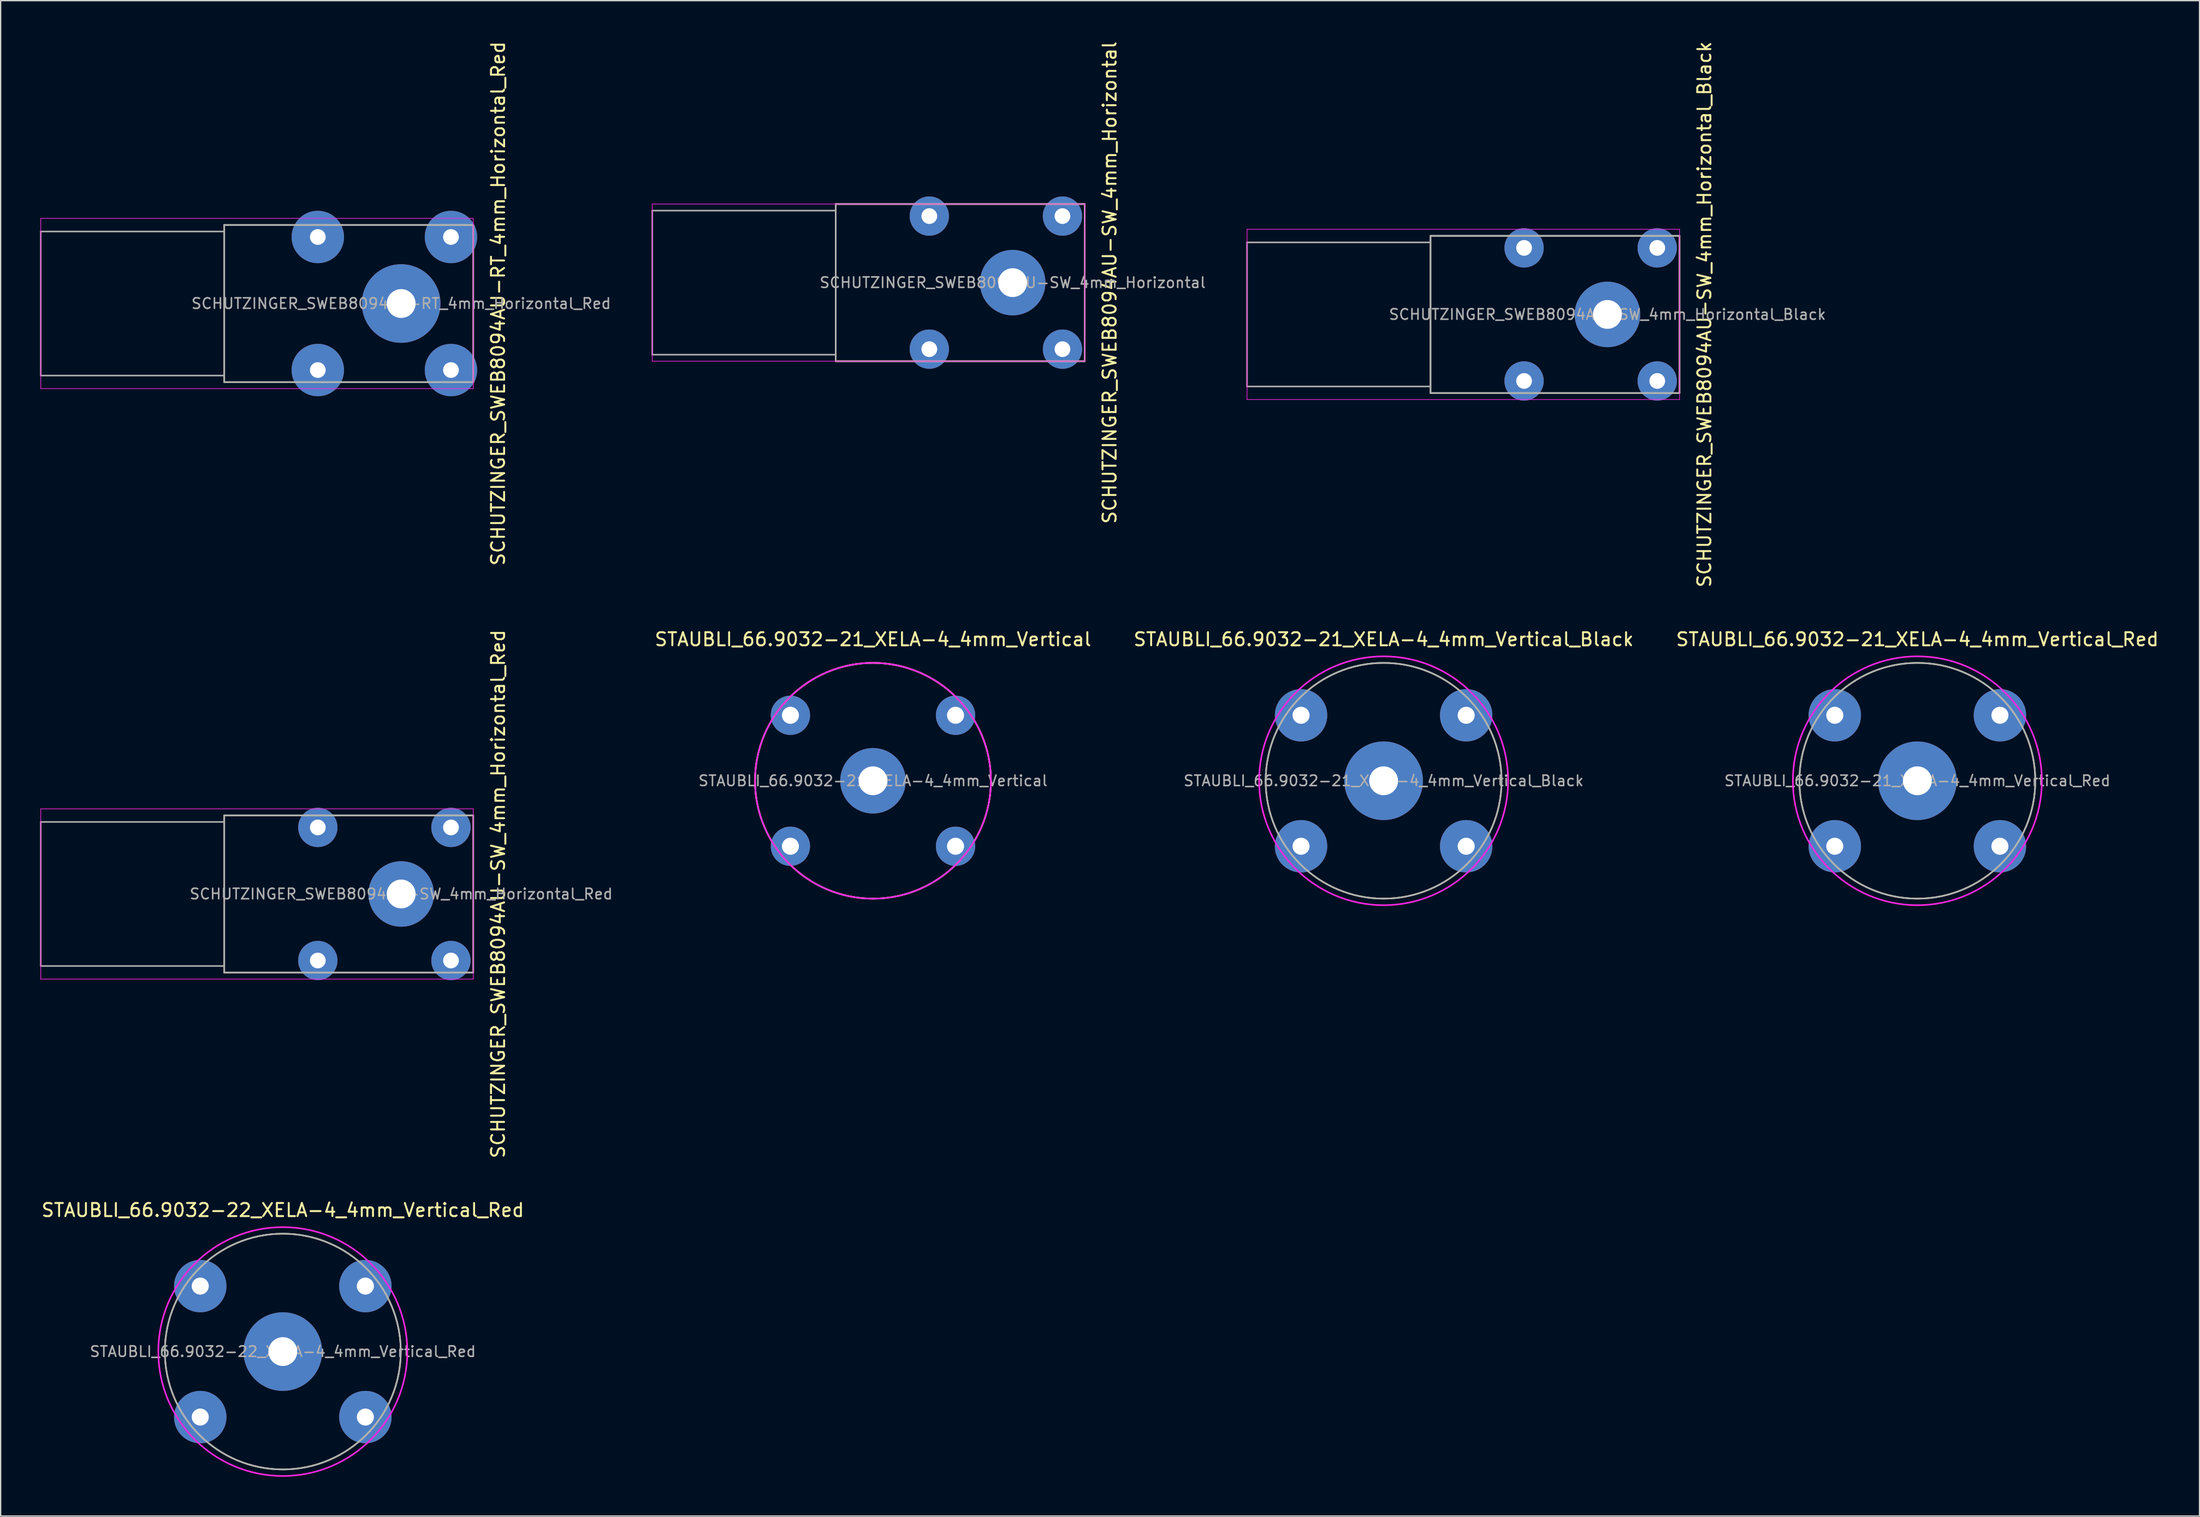
<source format=kicad_pcb>
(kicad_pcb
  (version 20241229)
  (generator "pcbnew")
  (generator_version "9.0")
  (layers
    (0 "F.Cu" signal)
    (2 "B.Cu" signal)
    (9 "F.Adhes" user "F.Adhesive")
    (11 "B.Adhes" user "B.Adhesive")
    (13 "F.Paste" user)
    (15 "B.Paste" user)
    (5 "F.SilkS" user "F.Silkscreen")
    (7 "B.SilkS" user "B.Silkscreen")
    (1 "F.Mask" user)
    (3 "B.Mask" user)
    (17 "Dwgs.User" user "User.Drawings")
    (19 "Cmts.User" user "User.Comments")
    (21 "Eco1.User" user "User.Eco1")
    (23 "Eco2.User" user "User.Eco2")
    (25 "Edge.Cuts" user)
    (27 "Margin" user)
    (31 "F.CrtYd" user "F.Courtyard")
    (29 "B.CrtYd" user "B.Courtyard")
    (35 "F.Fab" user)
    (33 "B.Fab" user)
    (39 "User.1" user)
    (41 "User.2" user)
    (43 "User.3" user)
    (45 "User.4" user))
  (footprint "SCHUTZINGER_SWEB8094AU-SW_4mm_Horizontal_Black"
    (layer "F.Cu")
    (at 119.604 20.958)
    (property "Reference" "SCHUTZINGER_SWEB8094AU-SW_4mm_Horizontal_Black" (at 7.4 0 90) (layer "F.SilkS") (effects (font (size 1 1) (thickness 0.15))))
    (attr through_hole)
    (fp_line (start -13.5 -6) (end 5.5 -6) (stroke (width 0.12) (type solid)) (layer "F.SilkS"))
    (fp_line (start -13.5 6) (end -13.5 -6) (stroke (width 0.12) (type solid)) (layer "F.SilkS"))
    (fp_line (start -13.5 6) (end 5.5 6) (stroke (width 0.12) (type solid)) (layer "F.SilkS"))
    (fp_line (start 5.5 6) (end 5.5 -6) (stroke (width 0.12) (type solid)) (layer "F.SilkS"))
    (fp_line (start -27.5 -6.5) (end 5.5 -6.5) (stroke (width 0.05) (type solid)) (layer "F.CrtYd"))
    (fp_line (start -27.5 6.5) (end -27.5 -6.5) (stroke (width 0.05) (type solid)) (layer "F.CrtYd"))
    (fp_line (start -27.5 6.5) (end 5.5 6.5) (stroke (width 0.05) (type solid)) (layer "F.CrtYd"))
    (fp_line (start 5.5 6.5) (end 5.5 -6.5) (stroke (width 0.05) (type solid)) (layer "F.CrtYd"))
    (fp_line (start -27.5 -5.5) (end -13.5 -5.5) (stroke (width 0.12) (type solid)) (layer "F.Fab"))
    (fp_line (start -27.5 5.5) (end -27.5 -5.5) (stroke (width 0.12) (type solid)) (layer "F.Fab"))
    (fp_line (start -27.5 5.5) (end -13.5 5.5) (stroke (width 0.12) (type solid)) (layer "F.Fab"))
    (fp_line (start -13.5 -6) (end 5.5 -6) (stroke (width 0.12) (type solid)) (layer "F.Fab"))
    (fp_line (start -13.5 6) (end -13.5 -6) (stroke (width 0.12) (type solid)) (layer "F.Fab"))
    (fp_line (start -13.5 6) (end 5.5 6) (stroke (width 0.12) (type solid)) (layer "F.Fab"))
    (fp_line (start 5.5 6) (end 5.5 -6) (stroke (width 0.12) (type solid)) (layer "F.Fab"))
    (fp_text user "${REFERENCE}" (at 0 0 0) (layer "F.Fab") (effects (font (size 0.8 0.8) (thickness 0.12))))
    (pad "" thru_hole circle (at -6.36 -5.08) (size 3 3) (drill 1.2) (layers "*.Cu" "*.Mask"))
    (pad "" thru_hole circle (at -6.36 5.08) (size 3 3) (drill 1.2) (layers "*.Cu" "*.Mask"))
    (pad "" thru_hole circle (at 3.8 -5.08) (size 3 3) (drill 1.2) (layers "*.Cu" "*.Mask"))
    (pad "" thru_hole circle (at 3.8 5.08) (size 3 3) (drill 1.2) (layers "*.Cu" "*.Mask"))
    (pad "1" thru_hole circle (at 0 0) (size 5 5) (drill 2.2) (layers "*.Cu" "*.Mask")))
  (footprint "SCHUTZINGER_SWEB8094AU-SW_4mm_Horizontal"
    (layer "F.Cu")
    (at 74.22 18.53)
    (property "Reference" "SCHUTZINGER_SWEB8094AU-SW_4mm_Horizontal" (at 7.4 0 90) (layer "F.SilkS") (effects (font (size 1 1) (thickness 0.15))))
    (attr through_hole)
    (fp_line (start -13.5 -6) (end 5.5 -6) (stroke (width 0.12) (type solid)) (layer "F.SilkS"))
    (fp_line (start -13.5 6) (end -13.5 -6) (stroke (width 0.12) (type solid)) (layer "F.SilkS"))
    (fp_line (start -13.5 6) (end 5.5 6) (stroke (width 0.12) (type solid)) (layer "F.SilkS"))
    (fp_line (start 5.5 6) (end 5.5 -6) (stroke (width 0.12) (type solid)) (layer "F.SilkS"))
    (fp_line (start -27.5 -6) (end 5.5 -6) (stroke (width 0.05) (type solid)) (layer "F.CrtYd"))
    (fp_line (start -27.5 6) (end -27.5 -6) (stroke (width 0.05) (type solid)) (layer "F.CrtYd"))
    (fp_line (start -27.5 6) (end 5.5 6) (stroke (width 0.05) (type solid)) (layer "F.CrtYd"))
    (fp_line (start 5.5 6) (end 5.5 -6) (stroke (width 0.05) (type solid)) (layer "F.CrtYd"))
    (fp_line (start -27.5 -5.5) (end -13.5 -5.5) (stroke (width 0.12) (type solid)) (layer "F.Fab"))
    (fp_line (start -27.5 5.5) (end -27.5 -5.5) (stroke (width 0.12) (type solid)) (layer "F.Fab"))
    (fp_line (start -27.5 5.5) (end -13.5 5.5) (stroke (width 0.12) (type solid)) (layer "F.Fab"))
    (fp_line (start -13.5 -6) (end 5.5 -6) (stroke (width 0.12) (type solid)) (layer "F.Fab"))
    (fp_line (start -13.5 6) (end -13.5 -6) (stroke (width 0.12) (type solid)) (layer "F.Fab"))
    (fp_line (start -13.5 6) (end 5.5 6) (stroke (width 0.12) (type solid)) (layer "F.Fab"))
    (fp_line (start 5.5 6) (end 5.5 -6) (stroke (width 0.12) (type solid)) (layer "F.Fab"))
    (fp_text user "${REFERENCE}" (at 0 0 0) (layer "F.Fab") (effects (font (size 0.8 0.8) (thickness 0.12))))
    (pad "" thru_hole circle (at -6.36 -5.08) (size 3 3) (drill 1.2) (layers "*.Cu" "*.Mask"))
    (pad "" thru_hole circle (at -6.36 5.08) (size 3 3) (drill 1.2) (layers "*.Cu" "*.Mask"))
    (pad "" thru_hole circle (at 3.8 -5.08) (size 3 3) (drill 1.2) (layers "*.Cu" "*.Mask"))
    (pad "" thru_hole circle (at 3.8 5.08) (size 3 3) (drill 1.2) (layers "*.Cu" "*.Mask"))
    (pad "1" thru_hole circle (at 0 0) (size 5 5) (drill 2.2) (layers "*.Cu" "*.Mask")))
  (footprint "STAUBLI_66.9032-21_XELA-4_4mm_Vertical"
    (layer "F.Cu")
    (at 63.561 56.565)
    (property "Reference" "STAUBLI_66.9032-21_XELA-4_4mm_Vertical" (at 0 -10.8 180) (layer "F.SilkS") (effects (font (size 1 1) (thickness 0.15))))
    (attr through_hole)
    (fp_circle (center 0 0) (end 9 0) (stroke (width 0.12) (type solid)) (fill no) (layer "F.SilkS"))
    (fp_circle (center 0 0) (end 9 0) (stroke (width 0.12) (type solid)) (fill no) (layer "F.CrtYd"))
    (fp_circle (center 0 0) (end 9 0) (stroke (width 0.12) (type solid)) (fill no) (layer "F.Fab"))
    (fp_text user "${REFERENCE}" (at 0 0 0) (layer "F.Fab") (effects (font (size 0.8 0.8) (thickness 0.12))))
    (pad "" thru_hole circle (at -6.3 -5) (size 3 3) (drill 1.3) (layers "*.Cu" "*.Mask"))
    (pad "" thru_hole circle (at -6.3 5) (size 3 3) (drill 1.3) (layers "*.Cu" "*.Mask"))
    (pad "" thru_hole circle (at 6.3 -5) (size 3 3) (drill 1.3) (layers "*.Cu" "*.Mask"))
    (pad "" thru_hole circle (at 6.3 5) (size 3 3) (drill 1.3) (layers "*.Cu" "*.Mask"))
    (pad "1" thru_hole circle (at 0 0) (size 5 5) (drill 2.2) (layers "*.Cu" "*.Mask")))
  (footprint "STAUBLI_66.9032-22_XELA-4_4mm_Vertical_Red"
    (layer "F.Cu")
    (at 18.53 100.148)
    (property "Reference" "STAUBLI_66.9032-22_XELA-4_4mm_Vertical_Red" (at 0 -10.8 180) (layer "F.SilkS") (effects (font (size 1 1) (thickness 0.15))))
    (attr through_hole)
    (fp_circle (center 0 0) (end 9 0) (stroke (width 0.12) (type solid)) (fill no) (layer "F.SilkS"))
    (fp_circle (center 0 0) (end 9.5 0) (stroke (width 0.12) (type solid)) (fill no) (layer "F.CrtYd"))
    (fp_circle (center 0 0) (end 9 0) (stroke (width 0.12) (type solid)) (fill no) (layer "F.Fab"))
    (fp_text user "${REFERENCE}" (at 0 0 0) (layer "F.Fab") (effects (font (size 0.8 0.8) (thickness 0.12))))
    (pad "1" thru_hole circle (at 0 0) (size 6 6) (drill 2.2) (layers "*.Cu" "*.Mask"))
    (pad "2" thru_hole circle (at -6.3 -5) (size 4 4) (drill 1.3) (layers "*.Cu" "*.Mask"))
    (pad "2" thru_hole circle (at -6.3 5) (size 4 4) (drill 1.3) (layers "*.Cu" "*.Mask"))
    (pad "2" thru_hole circle (at 6.3 -5) (size 4 4) (drill 1.3) (layers "*.Cu" "*.Mask"))
    (pad "2" thru_hole circle (at 6.3 5) (size 4 4) (drill 1.3) (layers "*.Cu" "*.Mask")))
  (footprint "SCHUTZINGER_SWEB8094AU-RT_4mm_Horizontal_Red"
    (layer "F.Cu")
    (at 27.56 20.125)
    (property "Reference" "SCHUTZINGER_SWEB8094AU-RT_4mm_Horizontal_Red" (at 7.4 0 90) (layer "F.SilkS") (effects (font (size 1 1) (thickness 0.15))))
    (attr through_hole)
    (fp_line (start -13.5 -6) (end 5.5 -6) (stroke (width 0.12) (type solid)) (layer "F.SilkS"))
    (fp_line (start -13.5 6) (end -13.5 -6) (stroke (width 0.12) (type solid)) (layer "F.SilkS"))
    (fp_line (start -13.5 6) (end 5.5 6) (stroke (width 0.12) (type solid)) (layer "F.SilkS"))
    (fp_line (start 5.5 6) (end 5.5 -6) (stroke (width 0.12) (type solid)) (layer "F.SilkS"))
    (fp_line (start -27.5 -6.5) (end 5.5 -6.5) (stroke (width 0.05) (type solid)) (layer "F.CrtYd"))
    (fp_line (start -27.5 6.5) (end -27.5 -6.5) (stroke (width 0.05) (type solid)) (layer "F.CrtYd"))
    (fp_line (start -27.5 6.5) (end 5.5 6.5) (stroke (width 0.05) (type solid)) (layer "F.CrtYd"))
    (fp_line (start 5.5 6.5) (end 5.5 -6.5) (stroke (width 0.05) (type solid)) (layer "F.CrtYd"))
    (fp_line (start -27.5 -5.5) (end -13.5 -5.5) (stroke (width 0.12) (type solid)) (layer "F.Fab"))
    (fp_line (start -27.5 5.5) (end -27.5 -5.5) (stroke (width 0.12) (type solid)) (layer "F.Fab"))
    (fp_line (start -27.5 5.5) (end -13.5 5.5) (stroke (width 0.12) (type solid)) (layer "F.Fab"))
    (fp_line (start -13.5 -6) (end 5.5 -6) (stroke (width 0.12) (type solid)) (layer "F.Fab"))
    (fp_line (start -13.5 6) (end -13.5 -6) (stroke (width 0.12) (type solid)) (layer "F.Fab"))
    (fp_line (start -13.5 6) (end 5.5 6) (stroke (width 0.12) (type solid)) (layer "F.Fab"))
    (fp_line (start 5.5 6) (end 5.5 -6) (stroke (width 0.12) (type solid)) (layer "F.Fab"))
    (fp_text user "${REFERENCE}" (at 0 0 0) (layer "F.Fab") (effects (font (size 0.8 0.8) (thickness 0.12))))
    (pad "1" thru_hole circle (at 0 0) (size 6 6) (drill 2.2) (layers "*.Cu" "*.Mask"))
    (pad "2" thru_hole circle (at -6.36 -5.08) (size 4 4) (drill 1.2) (layers "*.Cu" "*.Mask"))
    (pad "2" thru_hole circle (at -6.36 5.08) (size 4 4) (drill 1.2) (layers "*.Cu" "*.Mask"))
    (pad "2" thru_hole circle (at 3.8 -5.08) (size 4 4) (drill 1.2) (layers "*.Cu" "*.Mask"))
    (pad "2" thru_hole circle (at 3.8 5.08) (size 4 4) (drill 1.2) (layers "*.Cu" "*.Mask")))
  (footprint "STAUBLI_66.9032-21_XELA-4_4mm_Vertical_Black"
    (layer "F.Cu")
    (at 102.525 56.565)
    (property "Reference" "STAUBLI_66.9032-21_XELA-4_4mm_Vertical_Black" (at 0 -10.8 180) (layer "F.SilkS") (effects (font (size 1 1) (thickness 0.15))))
    (attr through_hole)
    (fp_circle (center 0 0) (end 9 0) (stroke (width 0.12) (type solid)) (fill no) (layer "F.SilkS"))
    (fp_circle (center 0 0) (end 9.5 0) (stroke (width 0.12) (type solid)) (fill no) (layer "F.CrtYd"))
    (fp_circle (center 0 0) (end 9 0) (stroke (width 0.12) (type solid)) (fill no) (layer "F.Fab"))
    (fp_text user "${REFERENCE}" (at 0 0 0) (layer "F.Fab") (effects (font (size 0.8 0.8) (thickness 0.12))))
    (pad "1" thru_hole circle (at 0 0) (size 6 6) (drill 2.2) (layers "*.Cu" "*.Mask"))
    (pad "2" thru_hole circle (at -6.3 -5) (size 4 4) (drill 1.3) (layers "*.Cu" "*.Mask"))
    (pad "2" thru_hole circle (at -6.3 5) (size 4 4) (drill 1.3) (layers "*.Cu" "*.Mask"))
    (pad "2" thru_hole circle (at 6.3 -5) (size 4 4) (drill 1.3) (layers "*.Cu" "*.Mask"))
    (pad "2" thru_hole circle (at 6.3 5) (size 4 4) (drill 1.3) (layers "*.Cu" "*.Mask")))
  (footprint "STAUBLI_66.9032-21_XELA-4_4mm_Vertical_Red"
    (layer "F.Cu")
    (at 143.252 56.565)
    (property "Reference" "STAUBLI_66.9032-21_XELA-4_4mm_Vertical_Red" (at 0 -10.8 180) (layer "F.SilkS") (effects (font (size 1 1) (thickness 0.15))))
    (attr through_hole)
    (fp_circle (center 0 0) (end 9 0) (stroke (width 0.12) (type solid)) (fill no) (layer "F.SilkS"))
    (fp_circle (center 0 0) (end 9.5 0) (stroke (width 0.12) (type solid)) (fill no) (layer "F.CrtYd"))
    (fp_circle (center 0 0) (end 9 0) (stroke (width 0.12) (type solid)) (fill no) (layer "F.Fab"))
    (fp_text user "${REFERENCE}" (at 0 0 0) (layer "F.Fab") (effects (font (size 0.8 0.8) (thickness 0.12))))
    (pad "1" thru_hole circle (at 0 0) (size 6 6) (drill 2.2) (layers "*.Cu" "*.Mask"))
    (pad "GND" thru_hole circle (at -6.3 -5) (size 4 4) (drill 1.3) (layers "*.Cu" "*.Mask"))
    (pad "GND" thru_hole circle (at -6.3 5) (size 4 4) (drill 1.3) (layers "*.Cu" "*.Mask"))
    (pad "GND" thru_hole circle (at 6.3 -5) (size 4 4) (drill 1.3) (layers "*.Cu" "*.Mask"))
    (pad "GND" thru_hole circle (at 6.3 5) (size 4 4) (drill 1.3) (layers "*.Cu" "*.Mask")))
  (footprint "SCHUTZINGER_SWEB8094AU-SW_4mm_Horizontal_Red"
    (layer "F.Cu")
    (at 27.56 65.208)
    (property "Reference" "SCHUTZINGER_SWEB8094AU-SW_4mm_Horizontal_Red" (at 7.4 0 90) (layer "F.SilkS") (effects (font (size 1 1) (thickness 0.15))))
    (attr through_hole)
    (fp_line (start -13.5 -6) (end 5.5 -6) (stroke (width 0.12) (type solid)) (layer "F.SilkS"))
    (fp_line (start -13.5 6) (end -13.5 -6) (stroke (width 0.12) (type solid)) (layer "F.SilkS"))
    (fp_line (start -13.5 6) (end 5.5 6) (stroke (width 0.12) (type solid)) (layer "F.SilkS"))
    (fp_line (start 5.5 6) (end 5.5 -6) (stroke (width 0.12) (type solid)) (layer "F.SilkS"))
    (fp_line (start -27.5 -6.5) (end 5.5 -6.5) (stroke (width 0.05) (type solid)) (layer "F.CrtYd"))
    (fp_line (start -27.5 6.5) (end -27.5 -6.5) (stroke (width 0.05) (type solid)) (layer "F.CrtYd"))
    (fp_line (start -27.5 6.5) (end 5.5 6.5) (stroke (width 0.05) (type solid)) (layer "F.CrtYd"))
    (fp_line (start 5.5 6.5) (end 5.5 -6.5) (stroke (width 0.05) (type solid)) (layer "F.CrtYd"))
    (fp_line (start -27.5 -5.5) (end -13.5 -5.5) (stroke (width 0.12) (type solid)) (layer "F.Fab"))
    (fp_line (start -27.5 5.5) (end -27.5 -5.5) (stroke (width 0.12) (type solid)) (layer "F.Fab"))
    (fp_line (start -27.5 5.5) (end -13.5 5.5) (stroke (width 0.12) (type solid)) (layer "F.Fab"))
    (fp_line (start -13.5 -6) (end 5.5 -6) (stroke (width 0.12) (type solid)) (layer "F.Fab"))
    (fp_line (start -13.5 6) (end -13.5 -6) (stroke (width 0.12) (type solid)) (layer "F.Fab"))
    (fp_line (start -13.5 6) (end 5.5 6) (stroke (width 0.12) (type solid)) (layer "F.Fab"))
    (fp_line (start 5.5 6) (end 5.5 -6) (stroke (width 0.12) (type solid)) (layer "F.Fab"))
    (fp_text user "${REFERENCE}" (at 0 0 0) (layer "F.Fab") (effects (font (size 0.8 0.8) (thickness 0.12))))
    (pad "" thru_hole circle (at -6.36 -5.08) (size 3 3) (drill 1.2) (layers "*.Cu" "*.Mask"))
    (pad "" thru_hole circle (at -6.36 5.08) (size 3 3) (drill 1.2) (layers "*.Cu" "*.Mask"))
    (pad "" thru_hole circle (at 3.8 -5.08) (size 3 3) (drill 1.2) (layers "*.Cu" "*.Mask"))
    (pad "" thru_hole circle (at 3.8 5.08) (size 3 3) (drill 1.2) (layers "*.Cu" "*.Mask"))
    (pad "1" thru_hole circle (at 0 0) (size 5 5) (drill 2.2) (layers "*.Cu" "*.Mask")))
  (gr_rect
    (start -3 -3)
    (end 164.781 112.708)
    (stroke (width 0.1) (type default))
    (fill no)
    (layer "Edge.Cuts")))
</source>
